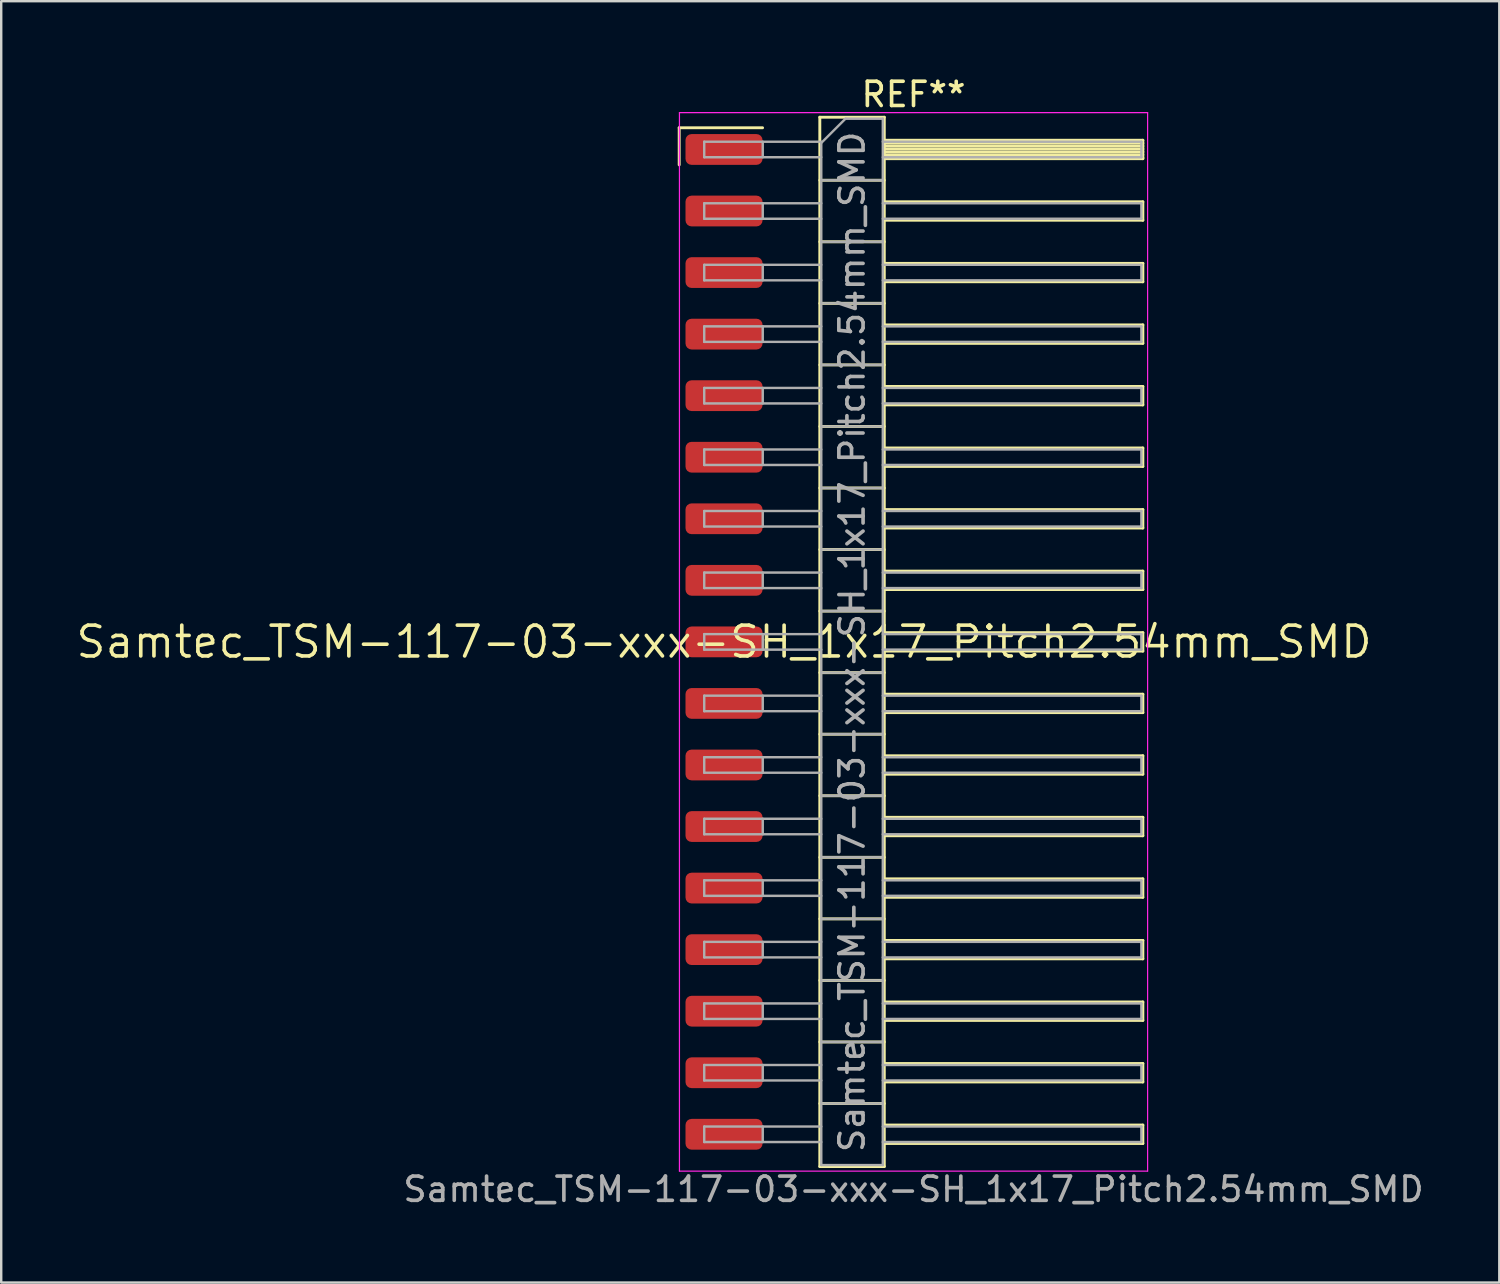
<source format=kicad_pcb>
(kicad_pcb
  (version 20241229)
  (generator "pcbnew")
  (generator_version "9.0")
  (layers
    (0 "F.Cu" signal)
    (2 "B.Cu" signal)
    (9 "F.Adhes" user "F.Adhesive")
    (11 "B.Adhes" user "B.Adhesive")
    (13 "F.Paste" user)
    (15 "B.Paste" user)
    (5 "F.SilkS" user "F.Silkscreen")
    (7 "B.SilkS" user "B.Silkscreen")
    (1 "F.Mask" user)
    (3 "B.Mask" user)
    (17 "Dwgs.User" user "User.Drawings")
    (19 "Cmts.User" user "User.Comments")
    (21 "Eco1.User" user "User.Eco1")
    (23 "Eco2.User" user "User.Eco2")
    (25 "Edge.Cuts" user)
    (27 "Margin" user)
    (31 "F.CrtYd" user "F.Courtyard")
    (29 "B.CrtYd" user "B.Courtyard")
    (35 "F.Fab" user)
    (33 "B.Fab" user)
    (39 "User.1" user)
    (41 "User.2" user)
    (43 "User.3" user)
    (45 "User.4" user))
  (footprint "Samtec_TSM-117-03-xxx-SH_1x17_Pitch2.54mm_SMD"
    (layer "F.Cu")
    (at 26.828 23.438)
    (property "Reference" "Samtec_TSM-117-03-xxx-SH_1x17_Pitch2.54mm_SMD" (at 0 0 0) (layer "F.SilkS") (effects (font (size 1.27 1.27) (thickness 0.15))))
    (attr smd)
    (fp_line (start -1.85 -21.215) (end 1.59 -21.215) (stroke (width 0.12) (type solid)) (layer "F.SilkS"))
    (fp_line (start -1.85 -19.685) (end -1.85 -21.215) (stroke (width 0.12) (type solid)) (layer "F.SilkS"))
    (fp_line (start 3.953 -21.65) (end 6.613 -21.65) (stroke (width 0.12) (type solid)) (layer "F.SilkS"))
    (fp_line (start 3.953 -19.05) (end 6.613 -19.05) (stroke (width 0.12) (type solid)) (layer "F.SilkS"))
    (fp_line (start 3.953 -16.51) (end 6.613 -16.51) (stroke (width 0.12) (type solid)) (layer "F.SilkS"))
    (fp_line (start 3.953 -13.97) (end 6.613 -13.97) (stroke (width 0.12) (type solid)) (layer "F.SilkS"))
    (fp_line (start 3.953 -11.43) (end 6.613 -11.43) (stroke (width 0.12) (type solid)) (layer "F.SilkS"))
    (fp_line (start 3.953 -8.89) (end 6.613 -8.89) (stroke (width 0.12) (type solid)) (layer "F.SilkS"))
    (fp_line (start 3.953 -6.35) (end 6.613 -6.35) (stroke (width 0.12) (type solid)) (layer "F.SilkS"))
    (fp_line (start 3.953 -3.81) (end 6.613 -3.81) (stroke (width 0.12) (type solid)) (layer "F.SilkS"))
    (fp_line (start 3.953 -1.27) (end 6.613 -1.27) (stroke (width 0.12) (type solid)) (layer "F.SilkS"))
    (fp_line (start 3.953 1.27) (end 6.613 1.27) (stroke (width 0.12) (type solid)) (layer "F.SilkS"))
    (fp_line (start 3.953 3.81) (end 6.613 3.81) (stroke (width 0.12) (type solid)) (layer "F.SilkS"))
    (fp_line (start 3.953 6.35) (end 6.613 6.35) (stroke (width 0.12) (type solid)) (layer "F.SilkS"))
    (fp_line (start 3.953 8.89) (end 6.613 8.89) (stroke (width 0.12) (type solid)) (layer "F.SilkS"))
    (fp_line (start 3.953 11.43) (end 6.613 11.43) (stroke (width 0.12) (type solid)) (layer "F.SilkS"))
    (fp_line (start 3.953 13.97) (end 6.613 13.97) (stroke (width 0.12) (type solid)) (layer "F.SilkS"))
    (fp_line (start 3.953 16.51) (end 6.613 16.51) (stroke (width 0.12) (type solid)) (layer "F.SilkS"))
    (fp_line (start 3.953 19.05) (end 6.613 19.05) (stroke (width 0.12) (type solid)) (layer "F.SilkS"))
    (fp_line (start 3.953 21.65) (end 3.953 -21.65) (stroke (width 0.12) (type solid)) (layer "F.SilkS"))
    (fp_line (start 6.613 -21.65) (end 6.613 21.65) (stroke (width 0.12) (type solid)) (layer "F.SilkS"))
    (fp_line (start 6.613 -20.7) (end 17.283 -20.7) (stroke (width 0.12) (type solid)) (layer "F.SilkS"))
    (fp_line (start 6.613 -20.58) (end 17.283 -20.58) (stroke (width 0.12) (type solid)) (layer "F.SilkS"))
    (fp_line (start 6.613 -20.46) (end 17.283 -20.46) (stroke (width 0.12) (type solid)) (layer "F.SilkS"))
    (fp_line (start 6.613 -20.34) (end 17.283 -20.34) (stroke (width 0.12) (type solid)) (layer "F.SilkS"))
    (fp_line (start 6.613 -20.22) (end 17.283 -20.22) (stroke (width 0.12) (type solid)) (layer "F.SilkS"))
    (fp_line (start 6.613 -20.1) (end 17.283 -20.1) (stroke (width 0.12) (type solid)) (layer "F.SilkS"))
    (fp_line (start 6.613 -19.98) (end 17.283 -19.98) (stroke (width 0.12) (type solid)) (layer "F.SilkS"))
    (fp_line (start 6.613 -19.94) (end 17.283 -19.94) (stroke (width 0.12) (type solid)) (layer "F.SilkS"))
    (fp_line (start 6.613 -18.16) (end 17.283 -18.16) (stroke (width 0.12) (type solid)) (layer "F.SilkS"))
    (fp_line (start 6.613 -17.4) (end 17.283 -17.4) (stroke (width 0.12) (type solid)) (layer "F.SilkS"))
    (fp_line (start 6.613 -15.62) (end 17.283 -15.62) (stroke (width 0.12) (type solid)) (layer "F.SilkS"))
    (fp_line (start 6.613 -14.86) (end 17.283 -14.86) (stroke (width 0.12) (type solid)) (layer "F.SilkS"))
    (fp_line (start 6.613 -13.08) (end 17.283 -13.08) (stroke (width 0.12) (type solid)) (layer "F.SilkS"))
    (fp_line (start 6.613 -12.32) (end 17.283 -12.32) (stroke (width 0.12) (type solid)) (layer "F.SilkS"))
    (fp_line (start 6.613 -10.54) (end 17.283 -10.54) (stroke (width 0.12) (type solid)) (layer "F.SilkS"))
    (fp_line (start 6.613 -9.78) (end 17.283 -9.78) (stroke (width 0.12) (type solid)) (layer "F.SilkS"))
    (fp_line (start 6.613 -8) (end 17.283 -8) (stroke (width 0.12) (type solid)) (layer "F.SilkS"))
    (fp_line (start 6.613 -7.24) (end 17.283 -7.24) (stroke (width 0.12) (type solid)) (layer "F.SilkS"))
    (fp_line (start 6.613 -5.46) (end 17.283 -5.46) (stroke (width 0.12) (type solid)) (layer "F.SilkS"))
    (fp_line (start 6.613 -4.7) (end 17.283 -4.7) (stroke (width 0.12) (type solid)) (layer "F.SilkS"))
    (fp_line (start 6.613 -2.92) (end 17.283 -2.92) (stroke (width 0.12) (type solid)) (layer "F.SilkS"))
    (fp_line (start 6.613 -2.16) (end 17.283 -2.16) (stroke (width 0.12) (type solid)) (layer "F.SilkS"))
    (fp_line (start 6.613 -0.38) (end 17.283 -0.38) (stroke (width 0.12) (type solid)) (layer "F.SilkS"))
    (fp_line (start 6.613 0.38) (end 17.283 0.38) (stroke (width 0.12) (type solid)) (layer "F.SilkS"))
    (fp_line (start 6.613 2.16) (end 17.283 2.16) (stroke (width 0.12) (type solid)) (layer "F.SilkS"))
    (fp_line (start 6.613 2.92) (end 17.283 2.92) (stroke (width 0.12) (type solid)) (layer "F.SilkS"))
    (fp_line (start 6.613 4.7) (end 17.283 4.7) (stroke (width 0.12) (type solid)) (layer "F.SilkS"))
    (fp_line (start 6.613 5.46) (end 17.283 5.46) (stroke (width 0.12) (type solid)) (layer "F.SilkS"))
    (fp_line (start 6.613 7.24) (end 17.283 7.24) (stroke (width 0.12) (type solid)) (layer "F.SilkS"))
    (fp_line (start 6.613 8) (end 17.283 8) (stroke (width 0.12) (type solid)) (layer "F.SilkS"))
    (fp_line (start 6.613 9.78) (end 17.283 9.78) (stroke (width 0.12) (type solid)) (layer "F.SilkS"))
    (fp_line (start 6.613 10.54) (end 17.283 10.54) (stroke (width 0.12) (type solid)) (layer "F.SilkS"))
    (fp_line (start 6.613 12.32) (end 17.283 12.32) (stroke (width 0.12) (type solid)) (layer "F.SilkS"))
    (fp_line (start 6.613 13.08) (end 17.283 13.08) (stroke (width 0.12) (type solid)) (layer "F.SilkS"))
    (fp_line (start 6.613 14.86) (end 17.283 14.86) (stroke (width 0.12) (type solid)) (layer "F.SilkS"))
    (fp_line (start 6.613 15.62) (end 17.283 15.62) (stroke (width 0.12) (type solid)) (layer "F.SilkS"))
    (fp_line (start 6.613 17.4) (end 17.283 17.4) (stroke (width 0.12) (type solid)) (layer "F.SilkS"))
    (fp_line (start 6.613 18.16) (end 17.283 18.16) (stroke (width 0.12) (type solid)) (layer "F.SilkS"))
    (fp_line (start 6.613 19.94) (end 17.283 19.94) (stroke (width 0.12) (type solid)) (layer "F.SilkS"))
    (fp_line (start 6.613 20.7) (end 17.283 20.7) (stroke (width 0.12) (type solid)) (layer "F.SilkS"))
    (fp_line (start 6.613 21.65) (end 3.953 21.65) (stroke (width 0.12) (type solid)) (layer "F.SilkS"))
    (fp_line (start 17.283 -20.7) (end 17.283 -19.94) (stroke (width 0.12) (type solid)) (layer "F.SilkS"))
    (fp_line (start 17.283 -18.16) (end 17.283 -17.4) (stroke (width 0.12) (type solid)) (layer "F.SilkS"))
    (fp_line (start 17.283 -15.62) (end 17.283 -14.86) (stroke (width 0.12) (type solid)) (layer "F.SilkS"))
    (fp_line (start 17.283 -13.08) (end 17.283 -12.32) (stroke (width 0.12) (type solid)) (layer "F.SilkS"))
    (fp_line (start 17.283 -10.54) (end 17.283 -9.78) (stroke (width 0.12) (type solid)) (layer "F.SilkS"))
    (fp_line (start 17.283 -8) (end 17.283 -7.24) (stroke (width 0.12) (type solid)) (layer "F.SilkS"))
    (fp_line (start 17.283 -5.46) (end 17.283 -4.7) (stroke (width 0.12) (type solid)) (layer "F.SilkS"))
    (fp_line (start 17.283 -2.92) (end 17.283 -2.16) (stroke (width 0.12) (type solid)) (layer "F.SilkS"))
    (fp_line (start 17.283 -0.38) (end 17.283 0.38) (stroke (width 0.12) (type solid)) (layer "F.SilkS"))
    (fp_line (start 17.283 2.16) (end 17.283 2.92) (stroke (width 0.12) (type solid)) (layer "F.SilkS"))
    (fp_line (start 17.283 4.7) (end 17.283 5.46) (stroke (width 0.12) (type solid)) (layer "F.SilkS"))
    (fp_line (start 17.283 7.24) (end 17.283 8) (stroke (width 0.12) (type solid)) (layer "F.SilkS"))
    (fp_line (start 17.283 9.78) (end 17.283 10.54) (stroke (width 0.12) (type solid)) (layer "F.SilkS"))
    (fp_line (start 17.283 12.32) (end 17.283 13.08) (stroke (width 0.12) (type solid)) (layer "F.SilkS"))
    (fp_line (start 17.283 14.86) (end 17.283 15.62) (stroke (width 0.12) (type solid)) (layer "F.SilkS"))
    (fp_line (start 17.283 17.4) (end 17.283 18.16) (stroke (width 0.12) (type solid)) (layer "F.SilkS"))
    (fp_line (start 17.283 19.94) (end 17.283 20.7) (stroke (width 0.12) (type solid)) (layer "F.SilkS"))
    (fp_line (start -1.84 -21.84) (end 17.48 -21.84) (stroke (width 0.05) (type solid)) (layer "F.CrtYd"))
    (fp_line (start -1.84 21.84) (end -1.84 -21.84) (stroke (width 0.05) (type solid)) (layer "F.CrtYd"))
    (fp_line (start 17.48 -21.84) (end 17.48 21.84) (stroke (width 0.05) (type solid)) (layer "F.CrtYd"))
    (fp_line (start 17.48 21.84) (end -1.84 21.84) (stroke (width 0.05) (type solid)) (layer "F.CrtYd"))
    (fp_line (start -0.817 -20.64) (end -0.817 -20) (stroke (width 0.1) (type solid)) (layer "F.Fab"))
    (fp_line (start -0.817 -20.64) (end 4.013 -20.64) (stroke (width 0.1) (type solid)) (layer "F.Fab"))
    (fp_line (start -0.817 -20) (end 4.013 -20) (stroke (width 0.1) (type solid)) (layer "F.Fab"))
    (fp_line (start -0.817 -18.1) (end -0.817 -17.46) (stroke (width 0.1) (type solid)) (layer "F.Fab"))
    (fp_line (start -0.817 -18.1) (end 4.013 -18.1) (stroke (width 0.1) (type solid)) (layer "F.Fab"))
    (fp_line (start -0.817 -17.46) (end 4.013 -17.46) (stroke (width 0.1) (type solid)) (layer "F.Fab"))
    (fp_line (start -0.817 -15.56) (end -0.817 -14.92) (stroke (width 0.1) (type solid)) (layer "F.Fab"))
    (fp_line (start -0.817 -15.56) (end 4.013 -15.56) (stroke (width 0.1) (type solid)) (layer "F.Fab"))
    (fp_line (start -0.817 -14.92) (end 4.013 -14.92) (stroke (width 0.1) (type solid)) (layer "F.Fab"))
    (fp_line (start -0.817 -13.02) (end -0.817 -12.38) (stroke (width 0.1) (type solid)) (layer "F.Fab"))
    (fp_line (start -0.817 -13.02) (end 4.013 -13.02) (stroke (width 0.1) (type solid)) (layer "F.Fab"))
    (fp_line (start -0.817 -12.38) (end 4.013 -12.38) (stroke (width 0.1) (type solid)) (layer "F.Fab"))
    (fp_line (start -0.817 -10.48) (end -0.817 -9.84) (stroke (width 0.1) (type solid)) (layer "F.Fab"))
    (fp_line (start -0.817 -10.48) (end 4.013 -10.48) (stroke (width 0.1) (type solid)) (layer "F.Fab"))
    (fp_line (start -0.817 -9.84) (end 4.013 -9.84) (stroke (width 0.1) (type solid)) (layer "F.Fab"))
    (fp_line (start -0.817 -7.94) (end -0.817 -7.3) (stroke (width 0.1) (type solid)) (layer "F.Fab"))
    (fp_line (start -0.817 -7.94) (end 4.013 -7.94) (stroke (width 0.1) (type solid)) (layer "F.Fab"))
    (fp_line (start -0.817 -7.3) (end 4.013 -7.3) (stroke (width 0.1) (type solid)) (layer "F.Fab"))
    (fp_line (start -0.817 -5.4) (end -0.817 -4.76) (stroke (width 0.1) (type solid)) (layer "F.Fab"))
    (fp_line (start -0.817 -5.4) (end 4.013 -5.4) (stroke (width 0.1) (type solid)) (layer "F.Fab"))
    (fp_line (start -0.817 -4.76) (end 4.013 -4.76) (stroke (width 0.1) (type solid)) (layer "F.Fab"))
    (fp_line (start -0.817 -2.86) (end -0.817 -2.22) (stroke (width 0.1) (type solid)) (layer "F.Fab"))
    (fp_line (start -0.817 -2.86) (end 4.013 -2.86) (stroke (width 0.1) (type solid)) (layer "F.Fab"))
    (fp_line (start -0.817 -2.22) (end 4.013 -2.22) (stroke (width 0.1) (type solid)) (layer "F.Fab"))
    (fp_line (start -0.817 -0.32) (end -0.817 0.32) (stroke (width 0.1) (type solid)) (layer "F.Fab"))
    (fp_line (start -0.817 -0.32) (end 4.013 -0.32) (stroke (width 0.1) (type solid)) (layer "F.Fab"))
    (fp_line (start -0.817 0.32) (end 4.013 0.32) (stroke (width 0.1) (type solid)) (layer "F.Fab"))
    (fp_line (start -0.817 2.22) (end -0.817 2.86) (stroke (width 0.1) (type solid)) (layer "F.Fab"))
    (fp_line (start -0.817 2.22) (end 4.013 2.22) (stroke (width 0.1) (type solid)) (layer "F.Fab"))
    (fp_line (start -0.817 2.86) (end 4.013 2.86) (stroke (width 0.1) (type solid)) (layer "F.Fab"))
    (fp_line (start -0.817 4.76) (end -0.817 5.4) (stroke (width 0.1) (type solid)) (layer "F.Fab"))
    (fp_line (start -0.817 4.76) (end 4.013 4.76) (stroke (width 0.1) (type solid)) (layer "F.Fab"))
    (fp_line (start -0.817 5.4) (end 4.013 5.4) (stroke (width 0.1) (type solid)) (layer "F.Fab"))
    (fp_line (start -0.817 7.3) (end -0.817 7.94) (stroke (width 0.1) (type solid)) (layer "F.Fab"))
    (fp_line (start -0.817 7.3) (end 4.013 7.3) (stroke (width 0.1) (type solid)) (layer "F.Fab"))
    (fp_line (start -0.817 7.94) (end 4.013 7.94) (stroke (width 0.1) (type solid)) (layer "F.Fab"))
    (fp_line (start -0.817 9.84) (end -0.817 10.48) (stroke (width 0.1) (type solid)) (layer "F.Fab"))
    (fp_line (start -0.817 9.84) (end 4.013 9.84) (stroke (width 0.1) (type solid)) (layer "F.Fab"))
    (fp_line (start -0.817 10.48) (end 4.013 10.48) (stroke (width 0.1) (type solid)) (layer "F.Fab"))
    (fp_line (start -0.817 12.38) (end -0.817 13.02) (stroke (width 0.1) (type solid)) (layer "F.Fab"))
    (fp_line (start -0.817 12.38) (end 4.013 12.38) (stroke (width 0.1) (type solid)) (layer "F.Fab"))
    (fp_line (start -0.817 13.02) (end 4.013 13.02) (stroke (width 0.1) (type solid)) (layer "F.Fab"))
    (fp_line (start -0.817 14.92) (end -0.817 15.56) (stroke (width 0.1) (type solid)) (layer "F.Fab"))
    (fp_line (start -0.817 14.92) (end 4.013 14.92) (stroke (width 0.1) (type solid)) (layer "F.Fab"))
    (fp_line (start -0.817 15.56) (end 4.013 15.56) (stroke (width 0.1) (type solid)) (layer "F.Fab"))
    (fp_line (start -0.817 17.46) (end -0.817 18.1) (stroke (width 0.1) (type solid)) (layer "F.Fab"))
    (fp_line (start -0.817 17.46) (end 4.013 17.46) (stroke (width 0.1) (type solid)) (layer "F.Fab"))
    (fp_line (start -0.817 18.1) (end 4.013 18.1) (stroke (width 0.1) (type solid)) (layer "F.Fab"))
    (fp_line (start -0.817 20) (end -0.817 20.64) (stroke (width 0.1) (type solid)) (layer "F.Fab"))
    (fp_line (start -0.817 20) (end 4.013 20) (stroke (width 0.1) (type solid)) (layer "F.Fab"))
    (fp_line (start -0.817 20.64) (end 4.013 20.64) (stroke (width 0.1) (type solid)) (layer "F.Fab"))
    (fp_line (start 1.598 -20.64) (end 1.598 -20) (stroke (width 0.1) (type solid)) (layer "F.Fab"))
    (fp_line (start 1.598 -18.1) (end 1.598 -17.46) (stroke (width 0.1) (type solid)) (layer "F.Fab"))
    (fp_line (start 1.598 -15.56) (end 1.598 -14.92) (stroke (width 0.1) (type solid)) (layer "F.Fab"))
    (fp_line (start 1.598 -13.02) (end 1.598 -12.38) (stroke (width 0.1) (type solid)) (layer "F.Fab"))
    (fp_line (start 1.598 -10.48) (end 1.598 -9.84) (stroke (width 0.1) (type solid)) (layer "F.Fab"))
    (fp_line (start 1.598 -7.94) (end 1.598 -7.3) (stroke (width 0.1) (type solid)) (layer "F.Fab"))
    (fp_line (start 1.598 -5.4) (end 1.598 -4.76) (stroke (width 0.1) (type solid)) (layer "F.Fab"))
    (fp_line (start 1.598 -2.86) (end 1.598 -2.22) (stroke (width 0.1) (type solid)) (layer "F.Fab"))
    (fp_line (start 1.598 -0.32) (end 1.598 0.32) (stroke (width 0.1) (type solid)) (layer "F.Fab"))
    (fp_line (start 1.598 2.22) (end 1.598 2.86) (stroke (width 0.1) (type solid)) (layer "F.Fab"))
    (fp_line (start 1.598 4.76) (end 1.598 5.4) (stroke (width 0.1) (type solid)) (layer "F.Fab"))
    (fp_line (start 1.598 7.3) (end 1.598 7.94) (stroke (width 0.1) (type solid)) (layer "F.Fab"))
    (fp_line (start 1.598 9.84) (end 1.598 10.48) (stroke (width 0.1) (type solid)) (layer "F.Fab"))
    (fp_line (start 1.598 12.38) (end 1.598 13.02) (stroke (width 0.1) (type solid)) (layer "F.Fab"))
    (fp_line (start 1.598 14.92) (end 1.598 15.56) (stroke (width 0.1) (type solid)) (layer "F.Fab"))
    (fp_line (start 1.598 17.46) (end 1.598 18.1) (stroke (width 0.1) (type solid)) (layer "F.Fab"))
    (fp_line (start 1.598 20) (end 1.598 20.64) (stroke (width 0.1) (type solid)) (layer "F.Fab"))
    (fp_line (start 4.013 -20.59) (end 5.013 -21.59) (stroke (width 0.1) (type solid)) (layer "F.Fab"))
    (fp_line (start 4.013 -19.05) (end 6.553 -19.05) (stroke (width 0.1) (type solid)) (layer "F.Fab"))
    (fp_line (start 4.013 -16.51) (end 6.553 -16.51) (stroke (width 0.1) (type solid)) (layer "F.Fab"))
    (fp_line (start 4.013 -13.97) (end 6.553 -13.97) (stroke (width 0.1) (type solid)) (layer "F.Fab"))
    (fp_line (start 4.013 -11.43) (end 6.553 -11.43) (stroke (width 0.1) (type solid)) (layer "F.Fab"))
    (fp_line (start 4.013 -8.89) (end 6.553 -8.89) (stroke (width 0.1) (type solid)) (layer "F.Fab"))
    (fp_line (start 4.013 -6.35) (end 6.553 -6.35) (stroke (width 0.1) (type solid)) (layer "F.Fab"))
    (fp_line (start 4.013 -3.81) (end 6.553 -3.81) (stroke (width 0.1) (type solid)) (layer "F.Fab"))
    (fp_line (start 4.013 -1.27) (end 6.553 -1.27) (stroke (width 0.1) (type solid)) (layer "F.Fab"))
    (fp_line (start 4.013 1.27) (end 6.553 1.27) (stroke (width 0.1) (type solid)) (layer "F.Fab"))
    (fp_line (start 4.013 3.81) (end 6.553 3.81) (stroke (width 0.1) (type solid)) (layer "F.Fab"))
    (fp_line (start 4.013 6.35) (end 6.553 6.35) (stroke (width 0.1) (type solid)) (layer "F.Fab"))
    (fp_line (start 4.013 8.89) (end 6.553 8.89) (stroke (width 0.1) (type solid)) (layer "F.Fab"))
    (fp_line (start 4.013 11.43) (end 6.553 11.43) (stroke (width 0.1) (type solid)) (layer "F.Fab"))
    (fp_line (start 4.013 13.97) (end 6.553 13.97) (stroke (width 0.1) (type solid)) (layer "F.Fab"))
    (fp_line (start 4.013 16.51) (end 6.553 16.51) (stroke (width 0.1) (type solid)) (layer "F.Fab"))
    (fp_line (start 4.013 19.05) (end 6.553 19.05) (stroke (width 0.1) (type solid)) (layer "F.Fab"))
    (fp_line (start 4.013 21.59) (end 4.013 -20.59) (stroke (width 0.1) (type solid)) (layer "F.Fab"))
    (fp_line (start 5.013 -21.59) (end 6.553 -21.59) (stroke (width 0.1) (type solid)) (layer "F.Fab"))
    (fp_line (start 6.553 -21.59) (end 6.553 21.59) (stroke (width 0.1) (type solid)) (layer "F.Fab"))
    (fp_line (start 6.553 -20.64) (end 17.223 -20.64) (stroke (width 0.1) (type solid)) (layer "F.Fab"))
    (fp_line (start 6.553 -20) (end 17.223 -20) (stroke (width 0.1) (type solid)) (layer "F.Fab"))
    (fp_line (start 6.553 -18.1) (end 17.223 -18.1) (stroke (width 0.1) (type solid)) (layer "F.Fab"))
    (fp_line (start 6.553 -17.46) (end 17.223 -17.46) (stroke (width 0.1) (type solid)) (layer "F.Fab"))
    (fp_line (start 6.553 -15.56) (end 17.223 -15.56) (stroke (width 0.1) (type solid)) (layer "F.Fab"))
    (fp_line (start 6.553 -14.92) (end 17.223 -14.92) (stroke (width 0.1) (type solid)) (layer "F.Fab"))
    (fp_line (start 6.553 -13.02) (end 17.223 -13.02) (stroke (width 0.1) (type solid)) (layer "F.Fab"))
    (fp_line (start 6.553 -12.38) (end 17.223 -12.38) (stroke (width 0.1) (type solid)) (layer "F.Fab"))
    (fp_line (start 6.553 -10.48) (end 17.223 -10.48) (stroke (width 0.1) (type solid)) (layer "F.Fab"))
    (fp_line (start 6.553 -9.84) (end 17.223 -9.84) (stroke (width 0.1) (type solid)) (layer "F.Fab"))
    (fp_line (start 6.553 -7.94) (end 17.223 -7.94) (stroke (width 0.1) (type solid)) (layer "F.Fab"))
    (fp_line (start 6.553 -7.3) (end 17.223 -7.3) (stroke (width 0.1) (type solid)) (layer "F.Fab"))
    (fp_line (start 6.553 -5.4) (end 17.223 -5.4) (stroke (width 0.1) (type solid)) (layer "F.Fab"))
    (fp_line (start 6.553 -4.76) (end 17.223 -4.76) (stroke (width 0.1) (type solid)) (layer "F.Fab"))
    (fp_line (start 6.553 -2.86) (end 17.223 -2.86) (stroke (width 0.1) (type solid)) (layer "F.Fab"))
    (fp_line (start 6.553 -2.22) (end 17.223 -2.22) (stroke (width 0.1) (type solid)) (layer "F.Fab"))
    (fp_line (start 6.553 -0.32) (end 17.223 -0.32) (stroke (width 0.1) (type solid)) (layer "F.Fab"))
    (fp_line (start 6.553 0.32) (end 17.223 0.32) (stroke (width 0.1) (type solid)) (layer "F.Fab"))
    (fp_line (start 6.553 2.22) (end 17.223 2.22) (stroke (width 0.1) (type solid)) (layer "F.Fab"))
    (fp_line (start 6.553 2.86) (end 17.223 2.86) (stroke (width 0.1) (type solid)) (layer "F.Fab"))
    (fp_line (start 6.553 4.76) (end 17.223 4.76) (stroke (width 0.1) (type solid)) (layer "F.Fab"))
    (fp_line (start 6.553 5.4) (end 17.223 5.4) (stroke (width 0.1) (type solid)) (layer "F.Fab"))
    (fp_line (start 6.553 7.3) (end 17.223 7.3) (stroke (width 0.1) (type solid)) (layer "F.Fab"))
    (fp_line (start 6.553 7.94) (end 17.223 7.94) (stroke (width 0.1) (type solid)) (layer "F.Fab"))
    (fp_line (start 6.553 9.84) (end 17.223 9.84) (stroke (width 0.1) (type solid)) (layer "F.Fab"))
    (fp_line (start 6.553 10.48) (end 17.223 10.48) (stroke (width 0.1) (type solid)) (layer "F.Fab"))
    (fp_line (start 6.553 12.38) (end 17.223 12.38) (stroke (width 0.1) (type solid)) (layer "F.Fab"))
    (fp_line (start 6.553 13.02) (end 17.223 13.02) (stroke (width 0.1) (type solid)) (layer "F.Fab"))
    (fp_line (start 6.553 14.92) (end 17.223 14.92) (stroke (width 0.1) (type solid)) (layer "F.Fab"))
    (fp_line (start 6.553 15.56) (end 17.223 15.56) (stroke (width 0.1) (type solid)) (layer "F.Fab"))
    (fp_line (start 6.553 17.46) (end 17.223 17.46) (stroke (width 0.1) (type solid)) (layer "F.Fab"))
    (fp_line (start 6.553 18.1) (end 17.223 18.1) (stroke (width 0.1) (type solid)) (layer "F.Fab"))
    (fp_line (start 6.553 20) (end 17.223 20) (stroke (width 0.1) (type solid)) (layer "F.Fab"))
    (fp_line (start 6.553 20.64) (end 17.223 20.64) (stroke (width 0.1) (type solid)) (layer "F.Fab"))
    (fp_line (start 6.553 21.59) (end 4.013 21.59) (stroke (width 0.1) (type solid)) (layer "F.Fab"))
    (fp_line (start 17.223 -20.64) (end 17.223 -20) (stroke (width 0.1) (type solid)) (layer "F.Fab"))
    (fp_line (start 17.223 -18.1) (end 17.223 -17.46) (stroke (width 0.1) (type solid)) (layer "F.Fab"))
    (fp_line (start 17.223 -15.56) (end 17.223 -14.92) (stroke (width 0.1) (type solid)) (layer "F.Fab"))
    (fp_line (start 17.223 -13.02) (end 17.223 -12.38) (stroke (width 0.1) (type solid)) (layer "F.Fab"))
    (fp_line (start 17.223 -10.48) (end 17.223 -9.84) (stroke (width 0.1) (type solid)) (layer "F.Fab"))
    (fp_line (start 17.223 -7.94) (end 17.223 -7.3) (stroke (width 0.1) (type solid)) (layer "F.Fab"))
    (fp_line (start 17.223 -5.4) (end 17.223 -4.76) (stroke (width 0.1) (type solid)) (layer "F.Fab"))
    (fp_line (start 17.223 -2.86) (end 17.223 -2.22) (stroke (width 0.1) (type solid)) (layer "F.Fab"))
    (fp_line (start 17.223 -0.32) (end 17.223 0.32) (stroke (width 0.1) (type solid)) (layer "F.Fab"))
    (fp_line (start 17.223 2.22) (end 17.223 2.86) (stroke (width 0.1) (type solid)) (layer "F.Fab"))
    (fp_line (start 17.223 4.76) (end 17.223 5.4) (stroke (width 0.1) (type solid)) (layer "F.Fab"))
    (fp_line (start 17.223 7.3) (end 17.223 7.94) (stroke (width 0.1) (type solid)) (layer "F.Fab"))
    (fp_line (start 17.223 9.84) (end 17.223 10.48) (stroke (width 0.1) (type solid)) (layer "F.Fab"))
    (fp_line (start 17.223 12.38) (end 17.223 13.02) (stroke (width 0.1) (type solid)) (layer "F.Fab"))
    (fp_line (start 17.223 14.92) (end 17.223 15.56) (stroke (width 0.1) (type solid)) (layer "F.Fab"))
    (fp_line (start 17.223 17.46) (end 17.223 18.1) (stroke (width 0.1) (type solid)) (layer "F.Fab"))
    (fp_line (start 17.223 20) (end 17.223 20.64) (stroke (width 0.1) (type solid)) (layer "F.Fab"))
    (fp_text user "REF**" (at 7.82 -22.59 0) (layer "F.SilkS") (effects (font (size 1 1) (thickness 0.15))))
    (fp_text user "Samtec_TSM-117-03-xxx-SH_1x17_Pitch2.54mm_SMD" (at 7.82 22.59 0) (layer "F.Fab") (effects (font (size 1 1) (thickness 0.15))))
    (fp_text user "${REFERENCE}" (at 5.283 0 90) (layer "F.Fab") (effects (font (size 1 1) (thickness 0.15))))
    (pad "1" smd roundrect (at 0 -20.32) (size 3.18 1.27) (layers "F.Cu" "F.Mask" "F.Paste") (roundrect_rratio 0.197))
    (pad "2" smd roundrect (at 0 -17.78) (size 3.18 1.27) (layers "F.Cu" "F.Mask" "F.Paste") (roundrect_rratio 0.197))
    (pad "3" smd roundrect (at 0 -15.24) (size 3.18 1.27) (layers "F.Cu" "F.Mask" "F.Paste") (roundrect_rratio 0.197))
    (pad "4" smd roundrect (at 0 -12.7) (size 3.18 1.27) (layers "F.Cu" "F.Mask" "F.Paste") (roundrect_rratio 0.197))
    (pad "5" smd roundrect (at 0 -10.16) (size 3.18 1.27) (layers "F.Cu" "F.Mask" "F.Paste") (roundrect_rratio 0.197))
    (pad "6" smd roundrect (at 0 -7.62) (size 3.18 1.27) (layers "F.Cu" "F.Mask" "F.Paste") (roundrect_rratio 0.197))
    (pad "7" smd roundrect (at 0 -5.08) (size 3.18 1.27) (layers "F.Cu" "F.Mask" "F.Paste") (roundrect_rratio 0.197))
    (pad "8" smd roundrect (at 0 -2.54) (size 3.18 1.27) (layers "F.Cu" "F.Mask" "F.Paste") (roundrect_rratio 0.197))
    (pad "9" smd roundrect (at 0 0) (size 3.18 1.27) (layers "F.Cu" "F.Mask" "F.Paste") (roundrect_rratio 0.197))
    (pad "10" smd roundrect (at 0 2.54) (size 3.18 1.27) (layers "F.Cu" "F.Mask" "F.Paste") (roundrect_rratio 0.197))
    (pad "11" smd roundrect (at 0 5.08) (size 3.18 1.27) (layers "F.Cu" "F.Mask" "F.Paste") (roundrect_rratio 0.197))
    (pad "12" smd roundrect (at 0 7.62) (size 3.18 1.27) (layers "F.Cu" "F.Mask" "F.Paste") (roundrect_rratio 0.197))
    (pad "13" smd roundrect (at 0 10.16) (size 3.18 1.27) (layers "F.Cu" "F.Mask" "F.Paste") (roundrect_rratio 0.197))
    (pad "14" smd roundrect (at 0 12.7) (size 3.18 1.27) (layers "F.Cu" "F.Mask" "F.Paste") (roundrect_rratio 0.197))
    (pad "15" smd roundrect (at 0 15.24) (size 3.18 1.27) (layers "F.Cu" "F.Mask" "F.Paste") (roundrect_rratio 0.197))
    (pad "16" smd roundrect (at 0 17.78) (size 3.18 1.27) (layers "F.Cu" "F.Mask" "F.Paste") (roundrect_rratio 0.197))
    (pad "17" smd roundrect (at 0 20.32) (size 3.18 1.27) (layers "F.Cu" "F.Mask" "F.Paste") (roundrect_rratio 0.197)))
  (gr_rect
    (start -3 -3)
    (end 58.821 49.877)
    (stroke (width 0.1) (type default))
    (fill no)
    (layer "Edge.Cuts")))
</source>
